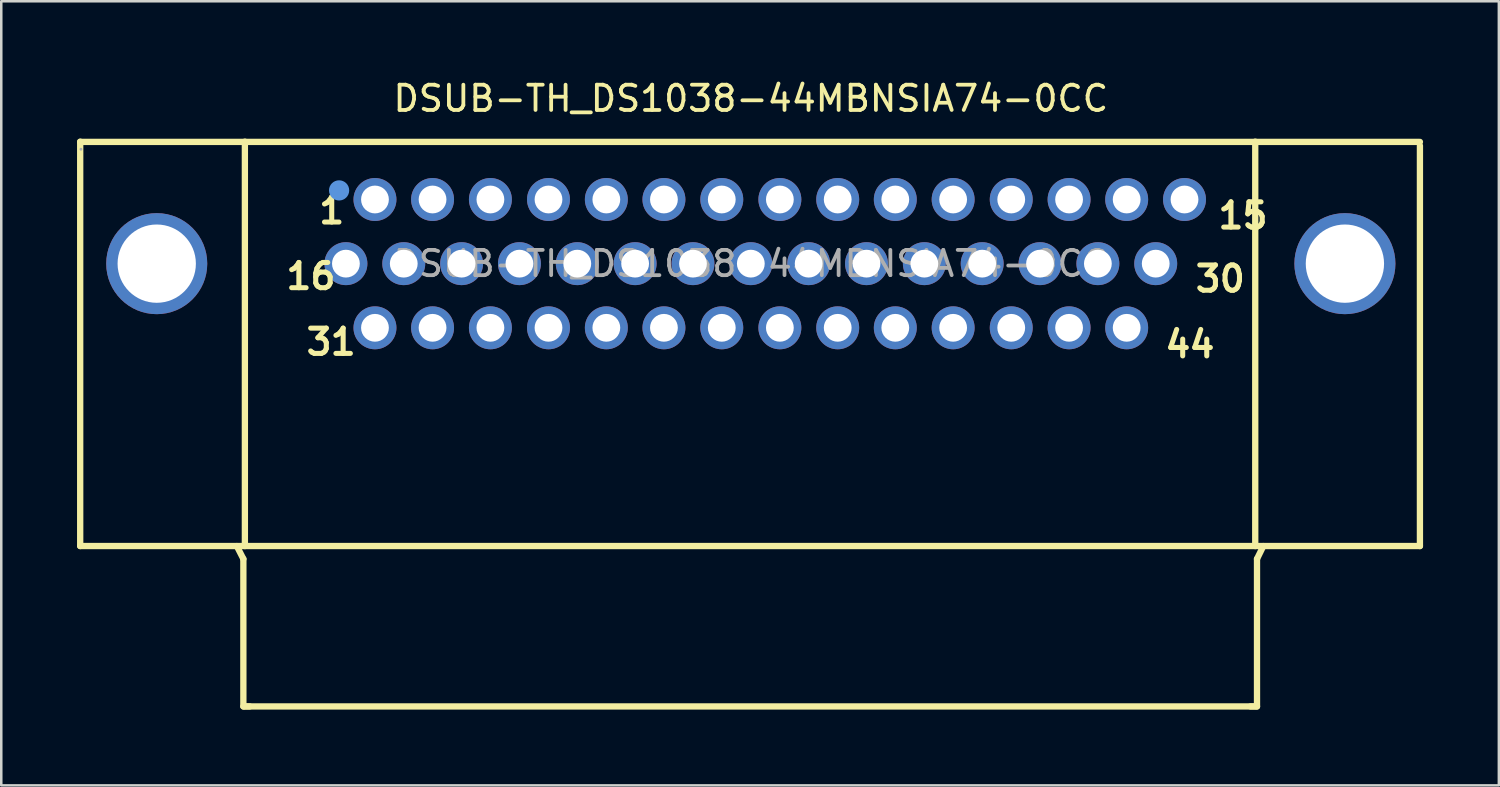
<source format=kicad_pcb>
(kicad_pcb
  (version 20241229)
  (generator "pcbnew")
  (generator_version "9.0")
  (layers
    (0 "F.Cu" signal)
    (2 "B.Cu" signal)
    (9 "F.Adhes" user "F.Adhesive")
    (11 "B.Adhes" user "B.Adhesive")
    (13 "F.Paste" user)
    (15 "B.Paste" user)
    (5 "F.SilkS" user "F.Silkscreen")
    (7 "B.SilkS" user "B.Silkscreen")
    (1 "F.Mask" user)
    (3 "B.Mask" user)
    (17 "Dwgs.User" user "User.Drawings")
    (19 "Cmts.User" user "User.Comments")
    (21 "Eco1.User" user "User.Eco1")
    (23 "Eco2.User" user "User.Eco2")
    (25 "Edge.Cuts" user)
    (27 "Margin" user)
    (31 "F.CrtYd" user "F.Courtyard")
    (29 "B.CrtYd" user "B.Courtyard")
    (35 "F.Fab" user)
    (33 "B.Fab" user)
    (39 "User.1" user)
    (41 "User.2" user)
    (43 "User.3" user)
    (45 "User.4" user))
  (footprint "DSUB-TH_DS1038-44MBNSIA74-0CC"
    (layer "F.Cu")
    (at 26.675 7.388)
    (property "Reference" "DSUB-TH_DS1038-44MBNSIA74-0CC" (at 0 -6.54 0) (layer "F.SilkS") (effects (font (size 1 1) (thickness 0.15))))
    (attr through_hole)
    (fp_line (start -26.55 -4.83) (end -26.55 11.18) (stroke (width 0.25) (type solid)) (layer "F.SilkS"))
    (fp_line (start -20.09 11.69) (end -20.35 11.18) (stroke (width 0.25) (type solid)) (layer "F.SilkS"))
    (fp_line (start -20.09 17.53) (end -20.09 11.69) (stroke (width 0.25) (type solid)) (layer "F.SilkS"))
    (fp_line (start -20.03 11.18) (end -20.03 -4.83) (stroke (width 0.25) (type solid)) (layer "F.SilkS"))
    (fp_line (start -19.84 17.53) (end -20.09 17.53) (stroke (width 0.25) (type solid)) (layer "F.SilkS"))
    (fp_line (start 19.78 17.53) (end 20.04 17.53) (stroke (width 0.25) (type solid)) (layer "F.SilkS"))
    (fp_line (start 19.97 11.18) (end 19.97 -4.83) (stroke (width 0.25) (type solid)) (layer "F.SilkS"))
    (fp_line (start 19.97 17.53) (end -20.03 17.53) (stroke (width 0.25) (type solid)) (layer "F.SilkS"))
    (fp_line (start 20.04 11.69) (end 20.29 11.18) (stroke (width 0.25) (type solid)) (layer "F.SilkS"))
    (fp_line (start 20.04 17.53) (end 20.04 11.69) (stroke (width 0.25) (type solid)) (layer "F.SilkS"))
    (fp_line (start 26.49 -4.82) (end -26.55 -4.82) (stroke (width 0.25) (type solid)) (layer "F.SilkS"))
    (fp_line (start 26.49 -4.67) (end 26.49 11.18) (stroke (width 0.25) (type solid)) (layer "F.SilkS"))
    (fp_line (start 26.49 11.18) (end -26.55 11.18) (stroke (width 0.25) (type solid)) (layer "F.SilkS"))
    (fp_circle (center -16.3 -2.9) (end -16.1 -2.9) (stroke (width 0.4) (type solid)) (fill no) (layer "Cmts.User"))
    (fp_circle (center -26.52 -4.53) (end -26.49 -4.53) (stroke (width 0.06) (type solid)) (fill no) (layer "F.Fab"))
    (fp_text user "15" (at 18.4 -1.9 0) (layer "F.SilkS") (effects (font (size 1 1) (thickness 0.2)) (justify left)))
    (fp_text user "1" (at -17.2 -2.1 0) (layer "F.SilkS") (effects (font (size 1 1) (thickness 0.2)) (justify left)))
    (fp_text user "31" (at -17.7 3.1 0) (layer "F.SilkS") (effects (font (size 1 1) (thickness 0.2)) (justify left)))
    (fp_text user "16" (at -18.5 0.5 0) (layer "F.SilkS") (effects (font (size 1 1) (thickness 0.2)) (justify left)))
    (fp_text user "44" (at 16.3 3.2 0) (layer "F.SilkS") (effects (font (size 1 1) (thickness 0.2)) (justify left)))
    (fp_text user "30" (at 17.5 0.6 0) (layer "F.SilkS") (effects (font (size 1 1) (thickness 0.2)) (justify left)))
    (fp_text user "${REFERENCE}" (at 0 0 0) (layer "F.Fab") (effects (font (size 1 1) (thickness 0.15))))
    (pad "1" thru_hole circle (at -14.88 -2.54 180) (size 1.7 1.7) (drill 1.1) (layers "*.Cu" "*.Paste" "*.Mask"))
    (pad "2" thru_hole circle (at -12.6 -2.54 180) (size 1.7 1.7) (drill 1.1) (layers "*.Cu" "*.Paste" "*.Mask"))
    (pad "3" thru_hole circle (at -10.31 -2.54 180) (size 1.7 1.7) (drill 1.1) (layers "*.Cu" "*.Paste" "*.Mask"))
    (pad "4" thru_hole circle (at -8.01 -2.54 180) (size 1.7 1.7) (drill 1.1) (layers "*.Cu" "*.Paste" "*.Mask"))
    (pad "5" thru_hole circle (at -5.72 -2.54 180) (size 1.7 1.7) (drill 1.1) (layers "*.Cu" "*.Paste" "*.Mask"))
    (pad "6" thru_hole circle (at -3.44 -2.54 180) (size 1.7 1.7) (drill 1.1) (layers "*.Cu" "*.Paste" "*.Mask"))
    (pad "7" thru_hole circle (at -1.15 -2.54 180) (size 1.7 1.7) (drill 1.1) (layers "*.Cu" "*.Paste" "*.Mask"))
    (pad "8" thru_hole circle (at 1.15 -2.54 180) (size 1.7 1.7) (drill 1.1) (layers "*.Cu" "*.Paste" "*.Mask"))
    (pad "9" thru_hole circle (at 3.44 -2.54 180) (size 1.7 1.7) (drill 1.1) (layers "*.Cu" "*.Paste" "*.Mask"))
    (pad "10" thru_hole circle (at 5.72 -2.54 180) (size 1.7 1.7) (drill 1.1) (layers "*.Cu" "*.Paste" "*.Mask"))
    (pad "11" thru_hole circle (at 8.01 -2.54 180) (size 1.7 1.7) (drill 1.1) (layers "*.Cu" "*.Paste" "*.Mask"))
    (pad "12" thru_hole circle (at 10.31 -2.54 180) (size 1.7 1.7) (drill 1.1) (layers "*.Cu" "*.Paste" "*.Mask"))
    (pad "13" thru_hole circle (at 12.6 -2.54 180) (size 1.7 1.7) (drill 1.1) (layers "*.Cu" "*.Paste" "*.Mask"))
    (pad "14" thru_hole circle (at 14.88 -2.54 180) (size 1.7 1.7) (drill 1.1) (layers "*.Cu" "*.Paste" "*.Mask"))
    (pad "15" thru_hole circle (at 17.17 -2.54 180) (size 1.7 1.7) (drill 1.1) (layers "*.Cu" "*.Paste" "*.Mask"))
    (pad "16" thru_hole circle (at -16.03 0 180) (size 1.7 1.7) (drill 1.1) (layers "*.Cu" "*.Paste" "*.Mask"))
    (pad "17" thru_hole circle (at -13.74 0 180) (size 1.7 1.7) (drill 1.1) (layers "*.Cu" "*.Paste" "*.Mask"))
    (pad "18" thru_hole circle (at -11.45 0 180) (size 1.7 1.7) (drill 1.1) (layers "*.Cu" "*.Paste" "*.Mask"))
    (pad "19" thru_hole circle (at -9.16 0 180) (size 1.7 1.7) (drill 1.1) (layers "*.Cu" "*.Paste" "*.Mask"))
    (pad "20" thru_hole circle (at -6.87 0 180) (size 1.7 1.7) (drill 1.1) (layers "*.Cu" "*.Paste" "*.Mask"))
    (pad "21" thru_hole circle (at -4.58 0 180) (size 1.7 1.7) (drill 1.1) (layers "*.Cu" "*.Paste" "*.Mask"))
    (pad "22" thru_hole circle (at -2.29 0 180) (size 1.7 1.7) (drill 1.1) (layers "*.Cu" "*.Paste" "*.Mask"))
    (pad "23" thru_hole circle (at 0 0 180) (size 1.7 1.7) (drill 1.1) (layers "*.Cu" "*.Paste" "*.Mask"))
    (pad "24" thru_hole circle (at 2.29 0 180) (size 1.7 1.7) (drill 1.1) (layers "*.Cu" "*.Paste" "*.Mask"))
    (pad "25" thru_hole circle (at 4.58 0 180) (size 1.7 1.7) (drill 1.1) (layers "*.Cu" "*.Paste" "*.Mask"))
    (pad "26" thru_hole circle (at 6.87 0 180) (size 1.7 1.7) (drill 1.1) (layers "*.Cu" "*.Paste" "*.Mask"))
    (pad "27" thru_hole circle (at 9.16 0 180) (size 1.7 1.7) (drill 1.1) (layers "*.Cu" "*.Paste" "*.Mask"))
    (pad "28" thru_hole circle (at 11.45 0 180) (size 1.7 1.7) (drill 1.1) (layers "*.Cu" "*.Paste" "*.Mask"))
    (pad "29" thru_hole circle (at 13.74 0 180) (size 1.7 1.7) (drill 1.1) (layers "*.Cu" "*.Paste" "*.Mask"))
    (pad "30" thru_hole circle (at 16.03 0 180) (size 1.7 1.7) (drill 1.1) (layers "*.Cu" "*.Paste" "*.Mask"))
    (pad "31" thru_hole circle (at -14.88 2.54 180) (size 1.7 1.7) (drill 1.1) (layers "*.Cu" "*.Paste" "*.Mask"))
    (pad "32" thru_hole circle (at -12.6 2.54 180) (size 1.7 1.7) (drill 1.1) (layers "*.Cu" "*.Paste" "*.Mask"))
    (pad "33" thru_hole circle (at -10.31 2.54 180) (size 1.7 1.7) (drill 1.1) (layers "*.Cu" "*.Paste" "*.Mask"))
    (pad "34" thru_hole circle (at -8.01 2.54 180) (size 1.7 1.7) (drill 1.1) (layers "*.Cu" "*.Paste" "*.Mask"))
    (pad "35" thru_hole circle (at -5.72 2.54 180) (size 1.7 1.7) (drill 1.1) (layers "*.Cu" "*.Paste" "*.Mask"))
    (pad "36" thru_hole circle (at -3.44 2.54 180) (size 1.7 1.7) (drill 1.1) (layers "*.Cu" "*.Paste" "*.Mask"))
    (pad "37" thru_hole circle (at -1.15 2.54 180) (size 1.7 1.7) (drill 1.1) (layers "*.Cu" "*.Paste" "*.Mask"))
    (pad "38" thru_hole circle (at 1.15 2.54 180) (size 1.7 1.7) (drill 1.1) (layers "*.Cu" "*.Paste" "*.Mask"))
    (pad "39" thru_hole circle (at 3.44 2.54 180) (size 1.7 1.7) (drill 1.1) (layers "*.Cu" "*.Paste" "*.Mask"))
    (pad "40" thru_hole circle (at 5.72 2.54 180) (size 1.7 1.7) (drill 1.1) (layers "*.Cu" "*.Paste" "*.Mask"))
    (pad "41" thru_hole circle (at 8.01 2.54 180) (size 1.7 1.7) (drill 1.1) (layers "*.Cu" "*.Paste" "*.Mask"))
    (pad "42" thru_hole circle (at 10.31 2.54 180) (size 1.7 1.7) (drill 1.1) (layers "*.Cu" "*.Paste" "*.Mask"))
    (pad "43" thru_hole circle (at 12.6 2.54 180) (size 1.7 1.7) (drill 1.1) (layers "*.Cu" "*.Paste" "*.Mask"))
    (pad "44" thru_hole circle (at 14.88 2.54 180) (size 1.7 1.7) (drill 1.1) (layers "*.Cu" "*.Paste" "*.Mask"))
    (pad "45" thru_hole circle (at -23.52 0 180) (size 4 4) (drill 3.1) (layers "*.Cu" "*.Paste" "*.Mask"))
    (pad "46" thru_hole circle (at 23.52 0 180) (size 4 4) (drill 3.1) (layers "*.Cu" "*.Paste" "*.Mask")))
  (gr_rect
    (start -3 -3)
    (end 56.29 28.043)
    (stroke (width 0.1) (type default))
    (fill no)
    (layer "Edge.Cuts")))
</source>
